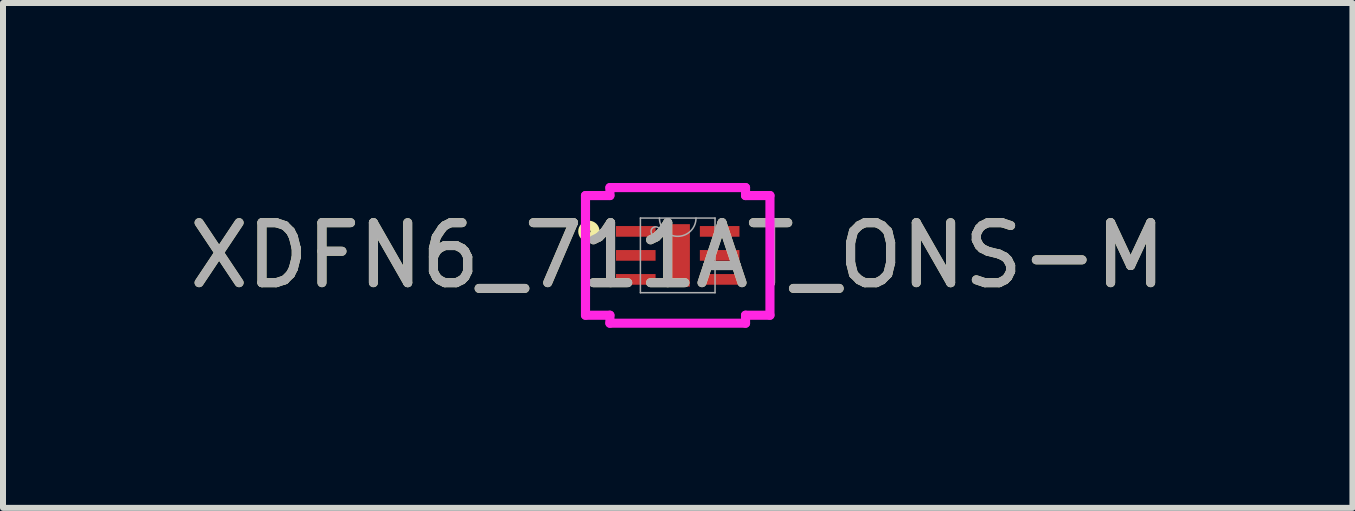
<source format=kicad_pcb>
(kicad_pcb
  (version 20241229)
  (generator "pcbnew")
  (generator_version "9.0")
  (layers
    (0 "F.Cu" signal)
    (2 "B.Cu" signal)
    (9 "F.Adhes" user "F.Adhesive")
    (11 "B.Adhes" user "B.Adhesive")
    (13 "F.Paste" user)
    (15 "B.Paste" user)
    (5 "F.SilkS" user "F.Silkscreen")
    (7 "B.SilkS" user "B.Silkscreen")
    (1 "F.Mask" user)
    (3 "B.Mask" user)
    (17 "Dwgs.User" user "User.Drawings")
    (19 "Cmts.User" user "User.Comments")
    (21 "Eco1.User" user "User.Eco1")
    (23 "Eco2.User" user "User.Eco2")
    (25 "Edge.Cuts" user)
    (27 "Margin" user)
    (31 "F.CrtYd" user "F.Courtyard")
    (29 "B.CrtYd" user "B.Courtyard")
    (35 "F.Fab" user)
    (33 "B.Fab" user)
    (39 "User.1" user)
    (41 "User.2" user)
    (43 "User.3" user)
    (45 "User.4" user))
  (footprint "XDFN6_711AT_ONS-M"
    (layer "F.Cu")
    (at 8.244 1.206)
    (property "Reference" "XDFN6_711AT_ONS-M" (at 0 0 0) (unlocked yes) (layer "F.SilkS") (effects (font (size 1 1) (thickness 0.15))))
    (attr smd)
    (fp_circle (center -1.48 -0.4) (end -1.378 -0.4) (stroke (width 0.152) (type solid)) (fill no) (layer "F.SilkS"))
    (fp_line (start -1.537 -0.997) (end -1.13 -0.997) (stroke (width 0.152) (type solid)) (layer "F.CrtYd"))
    (fp_line (start -1.537 0.997) (end -1.537 -0.997) (stroke (width 0.152) (type solid)) (layer "F.CrtYd"))
    (fp_line (start -1.537 0.997) (end -1.13 0.997) (stroke (width 0.152) (type solid)) (layer "F.CrtYd"))
    (fp_line (start -1.13 -1.13) (end 1.13 -1.13) (stroke (width 0.152) (type solid)) (layer "F.CrtYd"))
    (fp_line (start -1.13 -0.997) (end -1.13 -1.13) (stroke (width 0.152) (type solid)) (layer "F.CrtYd"))
    (fp_line (start -1.13 1.13) (end -1.13 0.997) (stroke (width 0.152) (type solid)) (layer "F.CrtYd"))
    (fp_line (start 1.13 -1.13) (end 1.13 -0.997) (stroke (width 0.152) (type solid)) (layer "F.CrtYd"))
    (fp_line (start 1.13 0.997) (end 1.13 1.13) (stroke (width 0.152) (type solid)) (layer "F.CrtYd"))
    (fp_line (start 1.13 1.13) (end -1.13 1.13) (stroke (width 0.152) (type solid)) (layer "F.CrtYd"))
    (fp_line (start 1.537 -0.997) (end 1.13 -0.997) (stroke (width 0.152) (type solid)) (layer "F.CrtYd"))
    (fp_line (start 1.537 -0.997) (end 1.537 0.997) (stroke (width 0.152) (type solid)) (layer "F.CrtYd"))
    (fp_line (start 1.537 0.997) (end 1.13 0.997) (stroke (width 0.152) (type solid)) (layer "F.CrtYd"))
    (fp_line (start -0.622 -0.622) (end -0.622 0.622) (stroke (width 0.025) (type solid)) (layer "F.Fab"))
    (fp_line (start -0.622 0.622) (end 0.622 0.622) (stroke (width 0.025) (type solid)) (layer "F.Fab"))
    (fp_line (start 0.622 -0.622) (end -0.622 -0.622) (stroke (width 0.025) (type solid)) (layer "F.Fab"))
    (fp_line (start 0.622 0.622) (end 0.622 -0.622) (stroke (width 0.025) (type solid)) (layer "F.Fab"))
    (fp_arc (start 0.3048 -0.6223) (mid 0 -0.3175) (end -0.3048 -0.6223) (stroke (width 0.0254) (type solid)) (layer "F.Fab"))
    (fp_circle (center -0.368 -0.4) (end -0.292 -0.4) (stroke (width 0.025) (type solid)) (fill no) (layer "F.Fab"))
    (fp_text user "${REFERENCE}" (at 0 0 0) (unlocked yes) (layer "F.Fab") (effects (font (size 1 1) (thickness 0.15))))
    (pad "1" smd rect (at -0.699 -0.4) (size 0.66 0.178) (layers "F.Cu" "F.Mask" "F.Paste"))
    (pad "2" smd rect (at -0.699 0) (size 0.66 0.178) (layers "F.Cu" "F.Mask" "F.Paste"))
    (pad "3" smd rect (at -0.699 0.4) (size 0.66 0.178) (layers "F.Cu" "F.Mask" "F.Paste"))
    (pad "4" smd rect (at 0.699 0.4) (size 0.66 0.178) (layers "F.Cu" "F.Mask" "F.Paste"))
    (pad "5" smd rect (at 0.699 0) (size 0.66 0.178) (layers "F.Cu" "F.Mask" "F.Paste"))
    (pad "6" smd rect (at 0.699 -0.4) (size 0.66 0.178) (layers "F.Cu" "F.Mask" "F.Paste"))
    (pad "7" smd rect (at 0 0) (size 0.406 1.041) (layers "F.Cu" "F.Mask" "F.Paste")))
  (gr_rect
    (start -3 -3)
    (end 19.488 5.413)
    (stroke (width 0.1) (type default))
    (fill no)
    (layer "Edge.Cuts")))
</source>
